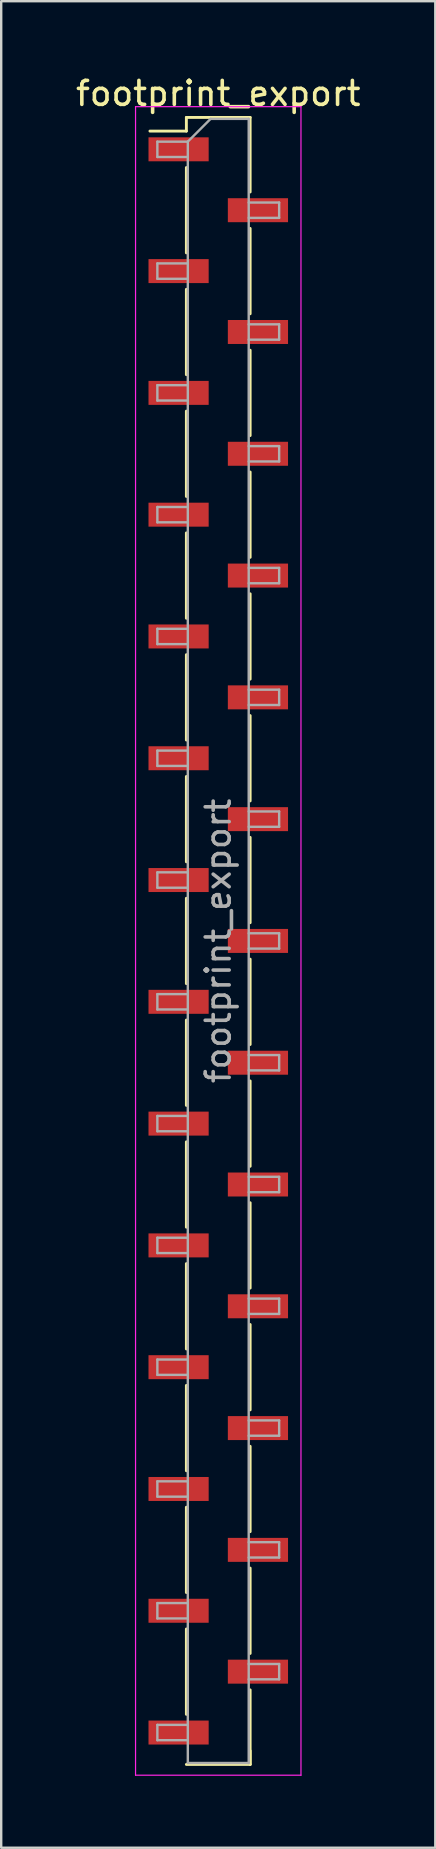
<source format=kicad_pcb>
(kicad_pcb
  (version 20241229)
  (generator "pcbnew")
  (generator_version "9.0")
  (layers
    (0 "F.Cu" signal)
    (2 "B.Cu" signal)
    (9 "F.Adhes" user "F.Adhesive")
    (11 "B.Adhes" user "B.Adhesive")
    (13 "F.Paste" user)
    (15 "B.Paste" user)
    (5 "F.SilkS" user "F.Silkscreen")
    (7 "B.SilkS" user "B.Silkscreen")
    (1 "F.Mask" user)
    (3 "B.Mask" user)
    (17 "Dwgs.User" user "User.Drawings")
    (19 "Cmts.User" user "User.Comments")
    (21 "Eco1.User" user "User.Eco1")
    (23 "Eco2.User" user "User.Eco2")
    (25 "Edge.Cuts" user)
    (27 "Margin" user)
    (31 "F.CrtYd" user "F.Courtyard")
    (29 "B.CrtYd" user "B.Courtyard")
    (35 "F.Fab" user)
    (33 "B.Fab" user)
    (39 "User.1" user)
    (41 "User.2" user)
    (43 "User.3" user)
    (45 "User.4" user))
  (footprint "footprint_export"
    (layer "F.Cu")
    (at 6.054 36.198)
    (property "Reference" "footprint_export" (at 0 -35.35 0) (layer "F.SilkS") (effects (font (size 1 1) (thickness 0.15))))
    (attr smd)
    (fp_line (start -1.33 -34.35) (end -1.33 -33.78) (stroke (width 0.12) (type solid)) (layer "F.SilkS"))
    (fp_line (start -1.33 -34.35) (end 1.33 -34.35) (stroke (width 0.12) (type solid)) (layer "F.SilkS"))
    (fp_line (start -1.33 -33.78) (end -2.85 -33.78) (stroke (width 0.12) (type solid)) (layer "F.SilkS"))
    (fp_line (start -1.33 -32.26) (end -1.33 -28.7) (stroke (width 0.12) (type solid)) (layer "F.SilkS"))
    (fp_line (start -1.33 -27.18) (end -1.33 -23.62) (stroke (width 0.12) (type solid)) (layer "F.SilkS"))
    (fp_line (start -1.33 -22.1) (end -1.33 -18.54) (stroke (width 0.12) (type solid)) (layer "F.SilkS"))
    (fp_line (start -1.33 -17.02) (end -1.33 -13.46) (stroke (width 0.12) (type solid)) (layer "F.SilkS"))
    (fp_line (start -1.33 -11.94) (end -1.33 -8.38) (stroke (width 0.12) (type solid)) (layer "F.SilkS"))
    (fp_line (start -1.33 -6.86) (end -1.33 -3.3) (stroke (width 0.12) (type solid)) (layer "F.SilkS"))
    (fp_line (start -1.33 -1.78) (end -1.33 1.78) (stroke (width 0.12) (type solid)) (layer "F.SilkS"))
    (fp_line (start -1.33 3.3) (end -1.33 6.86) (stroke (width 0.12) (type solid)) (layer "F.SilkS"))
    (fp_line (start -1.33 8.38) (end -1.33 11.94) (stroke (width 0.12) (type solid)) (layer "F.SilkS"))
    (fp_line (start -1.33 13.46) (end -1.33 17.02) (stroke (width 0.12) (type solid)) (layer "F.SilkS"))
    (fp_line (start -1.33 18.54) (end -1.33 22.1) (stroke (width 0.12) (type solid)) (layer "F.SilkS"))
    (fp_line (start -1.33 23.62) (end -1.33 27.18) (stroke (width 0.12) (type solid)) (layer "F.SilkS"))
    (fp_line (start -1.33 28.7) (end -1.33 32.26) (stroke (width 0.12) (type solid)) (layer "F.SilkS"))
    (fp_line (start -1.33 34.35) (end 1.33 34.35) (stroke (width 0.12) (type solid)) (layer "F.SilkS"))
    (fp_line (start 1.33 -34.35) (end 1.33 -31.24) (stroke (width 0.12) (type solid)) (layer "F.SilkS"))
    (fp_line (start 1.33 -29.72) (end 1.33 -26.16) (stroke (width 0.12) (type solid)) (layer "F.SilkS"))
    (fp_line (start 1.33 -24.64) (end 1.33 -21.08) (stroke (width 0.12) (type solid)) (layer "F.SilkS"))
    (fp_line (start 1.33 -19.56) (end 1.33 -16) (stroke (width 0.12) (type solid)) (layer "F.SilkS"))
    (fp_line (start 1.33 -14.48) (end 1.33 -10.92) (stroke (width 0.12) (type solid)) (layer "F.SilkS"))
    (fp_line (start 1.33 -9.4) (end 1.33 -5.84) (stroke (width 0.12) (type solid)) (layer "F.SilkS"))
    (fp_line (start 1.33 -4.32) (end 1.33 -0.76) (stroke (width 0.12) (type solid)) (layer "F.SilkS"))
    (fp_line (start 1.33 0.76) (end 1.33 4.32) (stroke (width 0.12) (type solid)) (layer "F.SilkS"))
    (fp_line (start 1.33 5.84) (end 1.33 9.4) (stroke (width 0.12) (type solid)) (layer "F.SilkS"))
    (fp_line (start 1.33 10.92) (end 1.33 14.48) (stroke (width 0.12) (type solid)) (layer "F.SilkS"))
    (fp_line (start 1.33 16) (end 1.33 19.56) (stroke (width 0.12) (type solid)) (layer "F.SilkS"))
    (fp_line (start 1.33 21.08) (end 1.33 24.64) (stroke (width 0.12) (type solid)) (layer "F.SilkS"))
    (fp_line (start 1.33 26.16) (end 1.33 29.72) (stroke (width 0.12) (type solid)) (layer "F.SilkS"))
    (fp_line (start 1.33 31.24) (end 1.33 34.35) (stroke (width 0.12) (type solid)) (layer "F.SilkS"))
    (fp_line (start 1.33 33.78) (end 1.33 34.35) (stroke (width 0.12) (type solid)) (layer "F.SilkS"))
    (fp_line (start -3.45 -34.8) (end -3.45 34.8) (stroke (width 0.05) (type solid)) (layer "F.CrtYd"))
    (fp_line (start -3.45 34.8) (end 3.45 34.8) (stroke (width 0.05) (type solid)) (layer "F.CrtYd"))
    (fp_line (start 3.45 -34.8) (end -3.45 -34.8) (stroke (width 0.05) (type solid)) (layer "F.CrtYd"))
    (fp_line (start 3.45 34.8) (end 3.45 -34.8) (stroke (width 0.05) (type solid)) (layer "F.CrtYd"))
    (fp_line (start -2.54 -33.34) (end -2.54 -32.7) (stroke (width 0.1) (type solid)) (layer "F.Fab"))
    (fp_line (start -2.54 -32.7) (end -1.27 -32.7) (stroke (width 0.1) (type solid)) (layer "F.Fab"))
    (fp_line (start -2.54 -28.26) (end -2.54 -27.62) (stroke (width 0.1) (type solid)) (layer "F.Fab"))
    (fp_line (start -2.54 -27.62) (end -1.27 -27.62) (stroke (width 0.1) (type solid)) (layer "F.Fab"))
    (fp_line (start -2.54 -23.18) (end -2.54 -22.54) (stroke (width 0.1) (type solid)) (layer "F.Fab"))
    (fp_line (start -2.54 -22.54) (end -1.27 -22.54) (stroke (width 0.1) (type solid)) (layer "F.Fab"))
    (fp_line (start -2.54 -18.1) (end -2.54 -17.46) (stroke (width 0.1) (type solid)) (layer "F.Fab"))
    (fp_line (start -2.54 -17.46) (end -1.27 -17.46) (stroke (width 0.1) (type solid)) (layer "F.Fab"))
    (fp_line (start -2.54 -13.02) (end -2.54 -12.38) (stroke (width 0.1) (type solid)) (layer "F.Fab"))
    (fp_line (start -2.54 -12.38) (end -1.27 -12.38) (stroke (width 0.1) (type solid)) (layer "F.Fab"))
    (fp_line (start -2.54 -7.94) (end -2.54 -7.3) (stroke (width 0.1) (type solid)) (layer "F.Fab"))
    (fp_line (start -2.54 -7.3) (end -1.27 -7.3) (stroke (width 0.1) (type solid)) (layer "F.Fab"))
    (fp_line (start -2.54 -2.86) (end -2.54 -2.22) (stroke (width 0.1) (type solid)) (layer "F.Fab"))
    (fp_line (start -2.54 -2.22) (end -1.27 -2.22) (stroke (width 0.1) (type solid)) (layer "F.Fab"))
    (fp_line (start -2.54 2.22) (end -2.54 2.86) (stroke (width 0.1) (type solid)) (layer "F.Fab"))
    (fp_line (start -2.54 2.86) (end -1.27 2.86) (stroke (width 0.1) (type solid)) (layer "F.Fab"))
    (fp_line (start -2.54 7.3) (end -2.54 7.94) (stroke (width 0.1) (type solid)) (layer "F.Fab"))
    (fp_line (start -2.54 7.94) (end -1.27 7.94) (stroke (width 0.1) (type solid)) (layer "F.Fab"))
    (fp_line (start -2.54 12.38) (end -2.54 13.02) (stroke (width 0.1) (type solid)) (layer "F.Fab"))
    (fp_line (start -2.54 13.02) (end -1.27 13.02) (stroke (width 0.1) (type solid)) (layer "F.Fab"))
    (fp_line (start -2.54 17.46) (end -2.54 18.1) (stroke (width 0.1) (type solid)) (layer "F.Fab"))
    (fp_line (start -2.54 18.1) (end -1.27 18.1) (stroke (width 0.1) (type solid)) (layer "F.Fab"))
    (fp_line (start -2.54 22.54) (end -2.54 23.18) (stroke (width 0.1) (type solid)) (layer "F.Fab"))
    (fp_line (start -2.54 23.18) (end -1.27 23.18) (stroke (width 0.1) (type solid)) (layer "F.Fab"))
    (fp_line (start -2.54 27.62) (end -2.54 28.26) (stroke (width 0.1) (type solid)) (layer "F.Fab"))
    (fp_line (start -2.54 28.26) (end -1.27 28.26) (stroke (width 0.1) (type solid)) (layer "F.Fab"))
    (fp_line (start -2.54 32.7) (end -2.54 33.34) (stroke (width 0.1) (type solid)) (layer "F.Fab"))
    (fp_line (start -2.54 33.34) (end -1.27 33.34) (stroke (width 0.1) (type solid)) (layer "F.Fab"))
    (fp_line (start -1.27 -33.34) (end -2.54 -33.34) (stroke (width 0.1) (type solid)) (layer "F.Fab"))
    (fp_line (start -1.27 -33.34) (end -0.32 -34.29) (stroke (width 0.1) (type solid)) (layer "F.Fab"))
    (fp_line (start -1.27 -28.26) (end -2.54 -28.26) (stroke (width 0.1) (type solid)) (layer "F.Fab"))
    (fp_line (start -1.27 -23.18) (end -2.54 -23.18) (stroke (width 0.1) (type solid)) (layer "F.Fab"))
    (fp_line (start -1.27 -18.1) (end -2.54 -18.1) (stroke (width 0.1) (type solid)) (layer "F.Fab"))
    (fp_line (start -1.27 -13.02) (end -2.54 -13.02) (stroke (width 0.1) (type solid)) (layer "F.Fab"))
    (fp_line (start -1.27 -7.94) (end -2.54 -7.94) (stroke (width 0.1) (type solid)) (layer "F.Fab"))
    (fp_line (start -1.27 -2.86) (end -2.54 -2.86) (stroke (width 0.1) (type solid)) (layer "F.Fab"))
    (fp_line (start -1.27 2.22) (end -2.54 2.22) (stroke (width 0.1) (type solid)) (layer "F.Fab"))
    (fp_line (start -1.27 7.3) (end -2.54 7.3) (stroke (width 0.1) (type solid)) (layer "F.Fab"))
    (fp_line (start -1.27 12.38) (end -2.54 12.38) (stroke (width 0.1) (type solid)) (layer "F.Fab"))
    (fp_line (start -1.27 17.46) (end -2.54 17.46) (stroke (width 0.1) (type solid)) (layer "F.Fab"))
    (fp_line (start -1.27 22.54) (end -2.54 22.54) (stroke (width 0.1) (type solid)) (layer "F.Fab"))
    (fp_line (start -1.27 27.62) (end -2.54 27.62) (stroke (width 0.1) (type solid)) (layer "F.Fab"))
    (fp_line (start -1.27 32.7) (end -2.54 32.7) (stroke (width 0.1) (type solid)) (layer "F.Fab"))
    (fp_line (start -1.27 34.29) (end -1.27 -33.34) (stroke (width 0.1) (type solid)) (layer "F.Fab"))
    (fp_line (start -0.32 -34.29) (end 1.27 -34.29) (stroke (width 0.1) (type solid)) (layer "F.Fab"))
    (fp_line (start 1.27 -34.29) (end 1.27 34.29) (stroke (width 0.1) (type solid)) (layer "F.Fab"))
    (fp_line (start 1.27 -30.8) (end 2.54 -30.8) (stroke (width 0.1) (type solid)) (layer "F.Fab"))
    (fp_line (start 1.27 -25.72) (end 2.54 -25.72) (stroke (width 0.1) (type solid)) (layer "F.Fab"))
    (fp_line (start 1.27 -20.64) (end 2.54 -20.64) (stroke (width 0.1) (type solid)) (layer "F.Fab"))
    (fp_line (start 1.27 -15.56) (end 2.54 -15.56) (stroke (width 0.1) (type solid)) (layer "F.Fab"))
    (fp_line (start 1.27 -10.48) (end 2.54 -10.48) (stroke (width 0.1) (type solid)) (layer "F.Fab"))
    (fp_line (start 1.27 -5.4) (end 2.54 -5.4) (stroke (width 0.1) (type solid)) (layer "F.Fab"))
    (fp_line (start 1.27 -0.32) (end 2.54 -0.32) (stroke (width 0.1) (type solid)) (layer "F.Fab"))
    (fp_line (start 1.27 4.76) (end 2.54 4.76) (stroke (width 0.1) (type solid)) (layer "F.Fab"))
    (fp_line (start 1.27 9.84) (end 2.54 9.84) (stroke (width 0.1) (type solid)) (layer "F.Fab"))
    (fp_line (start 1.27 14.92) (end 2.54 14.92) (stroke (width 0.1) (type solid)) (layer "F.Fab"))
    (fp_line (start 1.27 20) (end 2.54 20) (stroke (width 0.1) (type solid)) (layer "F.Fab"))
    (fp_line (start 1.27 25.08) (end 2.54 25.08) (stroke (width 0.1) (type solid)) (layer "F.Fab"))
    (fp_line (start 1.27 30.16) (end 2.54 30.16) (stroke (width 0.1) (type solid)) (layer "F.Fab"))
    (fp_line (start 1.27 34.29) (end -1.27 34.29) (stroke (width 0.1) (type solid)) (layer "F.Fab"))
    (fp_line (start 2.54 -30.8) (end 2.54 -30.16) (stroke (width 0.1) (type solid)) (layer "F.Fab"))
    (fp_line (start 2.54 -30.16) (end 1.27 -30.16) (stroke (width 0.1) (type solid)) (layer "F.Fab"))
    (fp_line (start 2.54 -25.72) (end 2.54 -25.08) (stroke (width 0.1) (type solid)) (layer "F.Fab"))
    (fp_line (start 2.54 -25.08) (end 1.27 -25.08) (stroke (width 0.1) (type solid)) (layer "F.Fab"))
    (fp_line (start 2.54 -20.64) (end 2.54 -20) (stroke (width 0.1) (type solid)) (layer "F.Fab"))
    (fp_line (start 2.54 -20) (end 1.27 -20) (stroke (width 0.1) (type solid)) (layer "F.Fab"))
    (fp_line (start 2.54 -15.56) (end 2.54 -14.92) (stroke (width 0.1) (type solid)) (layer "F.Fab"))
    (fp_line (start 2.54 -14.92) (end 1.27 -14.92) (stroke (width 0.1) (type solid)) (layer "F.Fab"))
    (fp_line (start 2.54 -10.48) (end 2.54 -9.84) (stroke (width 0.1) (type solid)) (layer "F.Fab"))
    (fp_line (start 2.54 -9.84) (end 1.27 -9.84) (stroke (width 0.1) (type solid)) (layer "F.Fab"))
    (fp_line (start 2.54 -5.4) (end 2.54 -4.76) (stroke (width 0.1) (type solid)) (layer "F.Fab"))
    (fp_line (start 2.54 -4.76) (end 1.27 -4.76) (stroke (width 0.1) (type solid)) (layer "F.Fab"))
    (fp_line (start 2.54 -0.32) (end 2.54 0.32) (stroke (width 0.1) (type solid)) (layer "F.Fab"))
    (fp_line (start 2.54 0.32) (end 1.27 0.32) (stroke (width 0.1) (type solid)) (layer "F.Fab"))
    (fp_line (start 2.54 4.76) (end 2.54 5.4) (stroke (width 0.1) (type solid)) (layer "F.Fab"))
    (fp_line (start 2.54 5.4) (end 1.27 5.4) (stroke (width 0.1) (type solid)) (layer "F.Fab"))
    (fp_line (start 2.54 9.84) (end 2.54 10.48) (stroke (width 0.1) (type solid)) (layer "F.Fab"))
    (fp_line (start 2.54 10.48) (end 1.27 10.48) (stroke (width 0.1) (type solid)) (layer "F.Fab"))
    (fp_line (start 2.54 14.92) (end 2.54 15.56) (stroke (width 0.1) (type solid)) (layer "F.Fab"))
    (fp_line (start 2.54 15.56) (end 1.27 15.56) (stroke (width 0.1) (type solid)) (layer "F.Fab"))
    (fp_line (start 2.54 20) (end 2.54 20.64) (stroke (width 0.1) (type solid)) (layer "F.Fab"))
    (fp_line (start 2.54 20.64) (end 1.27 20.64) (stroke (width 0.1) (type solid)) (layer "F.Fab"))
    (fp_line (start 2.54 25.08) (end 2.54 25.72) (stroke (width 0.1) (type solid)) (layer "F.Fab"))
    (fp_line (start 2.54 25.72) (end 1.27 25.72) (stroke (width 0.1) (type solid)) (layer "F.Fab"))
    (fp_line (start 2.54 30.16) (end 2.54 30.8) (stroke (width 0.1) (type solid)) (layer "F.Fab"))
    (fp_line (start 2.54 30.8) (end 1.27 30.8) (stroke (width 0.1) (type solid)) (layer "F.Fab"))
    (fp_text user "${REFERENCE}" (at 0 0 90) (layer "F.Fab") (effects (font (size 1 1) (thickness 0.15))))
    (pad "1" smd rect (at -1.655 -33.02) (size 2.51 1) (layers "F.Cu" "F.Mask" "F.Paste"))
    (pad "2" smd rect (at 1.655 -30.48) (size 2.51 1) (layers "F.Cu" "F.Mask" "F.Paste"))
    (pad "3" smd rect (at -1.655 -27.94) (size 2.51 1) (layers "F.Cu" "F.Mask" "F.Paste"))
    (pad "4" smd rect (at 1.655 -25.4) (size 2.51 1) (layers "F.Cu" "F.Mask" "F.Paste"))
    (pad "5" smd rect (at -1.655 -22.86) (size 2.51 1) (layers "F.Cu" "F.Mask" "F.Paste"))
    (pad "6" smd rect (at 1.655 -20.32) (size 2.51 1) (layers "F.Cu" "F.Mask" "F.Paste"))
    (pad "7" smd rect (at -1.655 -17.78) (size 2.51 1) (layers "F.Cu" "F.Mask" "F.Paste"))
    (pad "8" smd rect (at 1.655 -15.24) (size 2.51 1) (layers "F.Cu" "F.Mask" "F.Paste"))
    (pad "9" smd rect (at -1.655 -12.7) (size 2.51 1) (layers "F.Cu" "F.Mask" "F.Paste"))
    (pad "10" smd rect (at 1.655 -10.16) (size 2.51 1) (layers "F.Cu" "F.Mask" "F.Paste"))
    (pad "11" smd rect (at -1.655 -7.62) (size 2.51 1) (layers "F.Cu" "F.Mask" "F.Paste"))
    (pad "12" smd rect (at 1.655 -5.08) (size 2.51 1) (layers "F.Cu" "F.Mask" "F.Paste"))
    (pad "13" smd rect (at -1.655 -2.54) (size 2.51 1) (layers "F.Cu" "F.Mask" "F.Paste"))
    (pad "14" smd rect (at 1.655 0) (size 2.51 1) (layers "F.Cu" "F.Mask" "F.Paste"))
    (pad "15" smd rect (at -1.655 2.54) (size 2.51 1) (layers "F.Cu" "F.Mask" "F.Paste"))
    (pad "16" smd rect (at 1.655 5.08) (size 2.51 1) (layers "F.Cu" "F.Mask" "F.Paste"))
    (pad "17" smd rect (at -1.655 7.62) (size 2.51 1) (layers "F.Cu" "F.Mask" "F.Paste"))
    (pad "18" smd rect (at 1.655 10.16) (size 2.51 1) (layers "F.Cu" "F.Mask" "F.Paste"))
    (pad "19" smd rect (at -1.655 12.7) (size 2.51 1) (layers "F.Cu" "F.Mask" "F.Paste"))
    (pad "20" smd rect (at 1.655 15.24) (size 2.51 1) (layers "F.Cu" "F.Mask" "F.Paste"))
    (pad "21" smd rect (at -1.655 17.78) (size 2.51 1) (layers "F.Cu" "F.Mask" "F.Paste"))
    (pad "22" smd rect (at 1.655 20.32) (size 2.51 1) (layers "F.Cu" "F.Mask" "F.Paste"))
    (pad "23" smd rect (at -1.655 22.86) (size 2.51 1) (layers "F.Cu" "F.Mask" "F.Paste"))
    (pad "24" smd rect (at 1.655 25.4) (size 2.51 1) (layers "F.Cu" "F.Mask" "F.Paste"))
    (pad "25" smd rect (at -1.655 27.94) (size 2.51 1) (layers "F.Cu" "F.Mask" "F.Paste"))
    (pad "26" smd rect (at 1.655 30.48) (size 2.51 1) (layers "F.Cu" "F.Mask" "F.Paste"))
    (pad "27" smd rect (at -1.655 33.02) (size 2.51 1) (layers "F.Cu" "F.Mask" "F.Paste")))
  (gr_rect
    (start -3 -3)
    (end 15.107 74.023)
    (stroke (width 0.1) (type default))
    (fill no)
    (layer "Edge.Cuts")))
</source>
